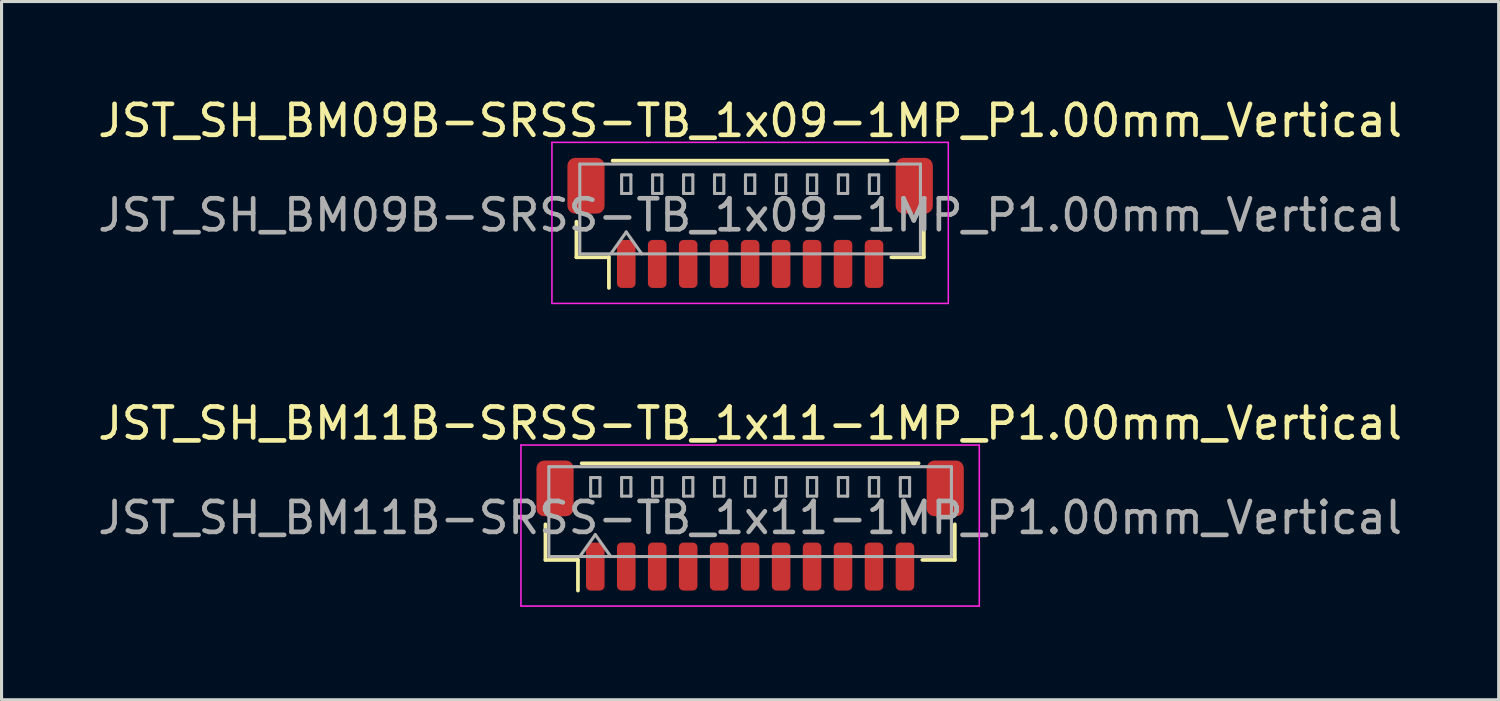
<source format=kicad_pcb>
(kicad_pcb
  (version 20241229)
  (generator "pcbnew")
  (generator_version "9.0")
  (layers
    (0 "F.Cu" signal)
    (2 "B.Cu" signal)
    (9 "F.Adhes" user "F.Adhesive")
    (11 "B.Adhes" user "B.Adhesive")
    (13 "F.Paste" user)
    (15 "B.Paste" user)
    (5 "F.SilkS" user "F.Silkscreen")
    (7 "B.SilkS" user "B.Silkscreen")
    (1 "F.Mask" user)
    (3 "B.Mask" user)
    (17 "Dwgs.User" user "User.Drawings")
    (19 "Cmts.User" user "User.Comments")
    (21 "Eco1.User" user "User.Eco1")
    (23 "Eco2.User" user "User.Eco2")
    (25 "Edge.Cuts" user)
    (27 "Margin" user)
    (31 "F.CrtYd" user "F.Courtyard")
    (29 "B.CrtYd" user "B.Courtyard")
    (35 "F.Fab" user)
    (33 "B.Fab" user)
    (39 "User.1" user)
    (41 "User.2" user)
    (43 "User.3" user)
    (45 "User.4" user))
  (footprint "JST_SH_BM09B-SRSS-TB_1x09-1MP_P1.00mm_Vertical"
    (layer "F.Cu")
    (at 21.173 4.148)
    (property "Reference" "JST_SH_BM09B-SRSS-TB_1x09-1MP_P1.00mm_Vertical" (at 0 -3.3 0) (layer "F.SilkS") (effects (font (size 1 1) (thickness 0.15))))
    (attr smd)
    (fp_line (start -5.61 -0.04) (end -5.61 1.11) (stroke (width 0.12) (type solid)) (layer "F.SilkS"))
    (fp_line (start -5.61 1.11) (end -4.56 1.11) (stroke (width 0.12) (type solid)) (layer "F.SilkS"))
    (fp_line (start -4.56 1.11) (end -4.56 2.1) (stroke (width 0.12) (type solid)) (layer "F.SilkS"))
    (fp_line (start -4.44 -2.01) (end 4.44 -2.01) (stroke (width 0.12) (type solid)) (layer "F.SilkS"))
    (fp_line (start 5.61 -0.04) (end 5.61 1.11) (stroke (width 0.12) (type solid)) (layer "F.SilkS"))
    (fp_line (start 5.61 1.11) (end 4.56 1.11) (stroke (width 0.12) (type solid)) (layer "F.SilkS"))
    (fp_line (start -6.4 -2.6) (end -6.4 2.6) (stroke (width 0.05) (type solid)) (layer "F.CrtYd"))
    (fp_line (start -6.4 2.6) (end 6.4 2.6) (stroke (width 0.05) (type solid)) (layer "F.CrtYd"))
    (fp_line (start 6.4 -2.6) (end -6.4 -2.6) (stroke (width 0.05) (type solid)) (layer "F.CrtYd"))
    (fp_line (start 6.4 2.6) (end 6.4 -2.6) (stroke (width 0.05) (type solid)) (layer "F.CrtYd"))
    (fp_line (start -5.5 -1.9) (end 5.5 -1.9) (stroke (width 0.1) (type solid)) (layer "F.Fab"))
    (fp_line (start -5.5 1) (end -5.5 -1.9) (stroke (width 0.1) (type solid)) (layer "F.Fab"))
    (fp_line (start -5.5 1) (end 5.5 1) (stroke (width 0.1) (type solid)) (layer "F.Fab"))
    (fp_line (start -4.5 1) (end -4 0.293) (stroke (width 0.1) (type solid)) (layer "F.Fab"))
    (fp_line (start -4.15 -1.55) (end -4.15 -0.95) (stroke (width 0.1) (type solid)) (layer "F.Fab"))
    (fp_line (start -4.15 -0.95) (end -3.85 -0.95) (stroke (width 0.1) (type solid)) (layer "F.Fab"))
    (fp_line (start -4 0.293) (end -3.5 1) (stroke (width 0.1) (type solid)) (layer "F.Fab"))
    (fp_line (start -3.85 -1.55) (end -4.15 -1.55) (stroke (width 0.1) (type solid)) (layer "F.Fab"))
    (fp_line (start -3.85 -0.95) (end -3.85 -1.55) (stroke (width 0.1) (type solid)) (layer "F.Fab"))
    (fp_line (start -3.15 -1.55) (end -3.15 -0.95) (stroke (width 0.1) (type solid)) (layer "F.Fab"))
    (fp_line (start -3.15 -0.95) (end -2.85 -0.95) (stroke (width 0.1) (type solid)) (layer "F.Fab"))
    (fp_line (start -2.85 -1.55) (end -3.15 -1.55) (stroke (width 0.1) (type solid)) (layer "F.Fab"))
    (fp_line (start -2.85 -0.95) (end -2.85 -1.55) (stroke (width 0.1) (type solid)) (layer "F.Fab"))
    (fp_line (start -2.15 -1.55) (end -2.15 -0.95) (stroke (width 0.1) (type solid)) (layer "F.Fab"))
    (fp_line (start -2.15 -0.95) (end -1.85 -0.95) (stroke (width 0.1) (type solid)) (layer "F.Fab"))
    (fp_line (start -1.85 -1.55) (end -2.15 -1.55) (stroke (width 0.1) (type solid)) (layer "F.Fab"))
    (fp_line (start -1.85 -0.95) (end -1.85 -1.55) (stroke (width 0.1) (type solid)) (layer "F.Fab"))
    (fp_line (start -1.15 -1.55) (end -1.15 -0.95) (stroke (width 0.1) (type solid)) (layer "F.Fab"))
    (fp_line (start -1.15 -0.95) (end -0.85 -0.95) (stroke (width 0.1) (type solid)) (layer "F.Fab"))
    (fp_line (start -0.85 -1.55) (end -1.15 -1.55) (stroke (width 0.1) (type solid)) (layer "F.Fab"))
    (fp_line (start -0.85 -0.95) (end -0.85 -1.55) (stroke (width 0.1) (type solid)) (layer "F.Fab"))
    (fp_line (start -0.15 -1.55) (end -0.15 -0.95) (stroke (width 0.1) (type solid)) (layer "F.Fab"))
    (fp_line (start -0.15 -0.95) (end 0.15 -0.95) (stroke (width 0.1) (type solid)) (layer "F.Fab"))
    (fp_line (start 0.15 -1.55) (end -0.15 -1.55) (stroke (width 0.1) (type solid)) (layer "F.Fab"))
    (fp_line (start 0.15 -0.95) (end 0.15 -1.55) (stroke (width 0.1) (type solid)) (layer "F.Fab"))
    (fp_line (start 0.85 -1.55) (end 0.85 -0.95) (stroke (width 0.1) (type solid)) (layer "F.Fab"))
    (fp_line (start 0.85 -0.95) (end 1.15 -0.95) (stroke (width 0.1) (type solid)) (layer "F.Fab"))
    (fp_line (start 1.15 -1.55) (end 0.85 -1.55) (stroke (width 0.1) (type solid)) (layer "F.Fab"))
    (fp_line (start 1.15 -0.95) (end 1.15 -1.55) (stroke (width 0.1) (type solid)) (layer "F.Fab"))
    (fp_line (start 1.85 -1.55) (end 1.85 -0.95) (stroke (width 0.1) (type solid)) (layer "F.Fab"))
    (fp_line (start 1.85 -0.95) (end 2.15 -0.95) (stroke (width 0.1) (type solid)) (layer "F.Fab"))
    (fp_line (start 2.15 -1.55) (end 1.85 -1.55) (stroke (width 0.1) (type solid)) (layer "F.Fab"))
    (fp_line (start 2.15 -0.95) (end 2.15 -1.55) (stroke (width 0.1) (type solid)) (layer "F.Fab"))
    (fp_line (start 2.85 -1.55) (end 2.85 -0.95) (stroke (width 0.1) (type solid)) (layer "F.Fab"))
    (fp_line (start 2.85 -0.95) (end 3.15 -0.95) (stroke (width 0.1) (type solid)) (layer "F.Fab"))
    (fp_line (start 3.15 -1.55) (end 2.85 -1.55) (stroke (width 0.1) (type solid)) (layer "F.Fab"))
    (fp_line (start 3.15 -0.95) (end 3.15 -1.55) (stroke (width 0.1) (type solid)) (layer "F.Fab"))
    (fp_line (start 3.85 -1.55) (end 3.85 -0.95) (stroke (width 0.1) (type solid)) (layer "F.Fab"))
    (fp_line (start 3.85 -0.95) (end 4.15 -0.95) (stroke (width 0.1) (type solid)) (layer "F.Fab"))
    (fp_line (start 4.15 -1.55) (end 3.85 -1.55) (stroke (width 0.1) (type solid)) (layer "F.Fab"))
    (fp_line (start 4.15 -0.95) (end 4.15 -1.55) (stroke (width 0.1) (type solid)) (layer "F.Fab"))
    (fp_line (start 5.5 1) (end 5.5 -1.9) (stroke (width 0.1) (type solid)) (layer "F.Fab"))
    (fp_text user "${REFERENCE}" (at 0 -0.25 0) (layer "F.Fab") (effects (font (size 1 1) (thickness 0.15))))
    (pad "1" smd roundrect (at -4 1.325) (size 0.6 1.55) (layers "F.Cu" "F.Mask" "F.Paste") (roundrect_rratio 0.25))
    (pad "2" smd roundrect (at -3 1.325) (size 0.6 1.55) (layers "F.Cu" "F.Mask" "F.Paste") (roundrect_rratio 0.25))
    (pad "3" smd roundrect (at -2 1.325) (size 0.6 1.55) (layers "F.Cu" "F.Mask" "F.Paste") (roundrect_rratio 0.25))
    (pad "4" smd roundrect (at -1 1.325) (size 0.6 1.55) (layers "F.Cu" "F.Mask" "F.Paste") (roundrect_rratio 0.25))
    (pad "5" smd roundrect (at 0 1.325) (size 0.6 1.55) (layers "F.Cu" "F.Mask" "F.Paste") (roundrect_rratio 0.25))
    (pad "6" smd roundrect (at 1 1.325) (size 0.6 1.55) (layers "F.Cu" "F.Mask" "F.Paste") (roundrect_rratio 0.25))
    (pad "7" smd roundrect (at 2 1.325) (size 0.6 1.55) (layers "F.Cu" "F.Mask" "F.Paste") (roundrect_rratio 0.25))
    (pad "8" smd roundrect (at 3 1.325) (size 0.6 1.55) (layers "F.Cu" "F.Mask" "F.Paste") (roundrect_rratio 0.25))
    (pad "9" smd roundrect (at 4 1.325) (size 0.6 1.55) (layers "F.Cu" "F.Mask" "F.Paste") (roundrect_rratio 0.25))
    (pad "MP" smd roundrect (at -5.3 -1.2) (size 1.2 1.8) (layers "F.Cu" "F.Mask" "F.Paste") (roundrect_rratio 0.208))
    (pad "MP" smd roundrect (at 5.3 -1.2) (size 1.2 1.8) (layers "F.Cu" "F.Mask" "F.Paste") (roundrect_rratio 0.208)))
  (footprint "JST_SH_BM11B-SRSS-TB_1x11-1MP_P1.00mm_Vertical"
    (layer "F.Cu")
    (at 21.173 13.921)
    (property "Reference" "JST_SH_BM11B-SRSS-TB_1x11-1MP_P1.00mm_Vertical" (at 0 -3.3 0) (layer "F.SilkS") (effects (font (size 1 1) (thickness 0.15))))
    (attr smd)
    (fp_line (start -6.61 -0.04) (end -6.61 1.11) (stroke (width 0.12) (type solid)) (layer "F.SilkS"))
    (fp_line (start -6.61 1.11) (end -5.56 1.11) (stroke (width 0.12) (type solid)) (layer "F.SilkS"))
    (fp_line (start -5.56 1.11) (end -5.56 2.1) (stroke (width 0.12) (type solid)) (layer "F.SilkS"))
    (fp_line (start -5.44 -2.01) (end 5.44 -2.01) (stroke (width 0.12) (type solid)) (layer "F.SilkS"))
    (fp_line (start 6.61 -0.04) (end 6.61 1.11) (stroke (width 0.12) (type solid)) (layer "F.SilkS"))
    (fp_line (start 6.61 1.11) (end 5.56 1.11) (stroke (width 0.12) (type solid)) (layer "F.SilkS"))
    (fp_line (start -7.4 -2.6) (end -7.4 2.6) (stroke (width 0.05) (type solid)) (layer "F.CrtYd"))
    (fp_line (start -7.4 2.6) (end 7.4 2.6) (stroke (width 0.05) (type solid)) (layer "F.CrtYd"))
    (fp_line (start 7.4 -2.6) (end -7.4 -2.6) (stroke (width 0.05) (type solid)) (layer "F.CrtYd"))
    (fp_line (start 7.4 2.6) (end 7.4 -2.6) (stroke (width 0.05) (type solid)) (layer "F.CrtYd"))
    (fp_line (start -6.5 -1.9) (end 6.5 -1.9) (stroke (width 0.1) (type solid)) (layer "F.Fab"))
    (fp_line (start -6.5 1) (end -6.5 -1.9) (stroke (width 0.1) (type solid)) (layer "F.Fab"))
    (fp_line (start -6.5 1) (end 6.5 1) (stroke (width 0.1) (type solid)) (layer "F.Fab"))
    (fp_line (start -5.5 1) (end -5 0.293) (stroke (width 0.1) (type solid)) (layer "F.Fab"))
    (fp_line (start -5.15 -1.55) (end -5.15 -0.95) (stroke (width 0.1) (type solid)) (layer "F.Fab"))
    (fp_line (start -5.15 -0.95) (end -4.85 -0.95) (stroke (width 0.1) (type solid)) (layer "F.Fab"))
    (fp_line (start -5 0.293) (end -4.5 1) (stroke (width 0.1) (type solid)) (layer "F.Fab"))
    (fp_line (start -4.85 -1.55) (end -5.15 -1.55) (stroke (width 0.1) (type solid)) (layer "F.Fab"))
    (fp_line (start -4.85 -0.95) (end -4.85 -1.55) (stroke (width 0.1) (type solid)) (layer "F.Fab"))
    (fp_line (start -4.15 -1.55) (end -4.15 -0.95) (stroke (width 0.1) (type solid)) (layer "F.Fab"))
    (fp_line (start -4.15 -0.95) (end -3.85 -0.95) (stroke (width 0.1) (type solid)) (layer "F.Fab"))
    (fp_line (start -3.85 -1.55) (end -4.15 -1.55) (stroke (width 0.1) (type solid)) (layer "F.Fab"))
    (fp_line (start -3.85 -0.95) (end -3.85 -1.55) (stroke (width 0.1) (type solid)) (layer "F.Fab"))
    (fp_line (start -3.15 -1.55) (end -3.15 -0.95) (stroke (width 0.1) (type solid)) (layer "F.Fab"))
    (fp_line (start -3.15 -0.95) (end -2.85 -0.95) (stroke (width 0.1) (type solid)) (layer "F.Fab"))
    (fp_line (start -2.85 -1.55) (end -3.15 -1.55) (stroke (width 0.1) (type solid)) (layer "F.Fab"))
    (fp_line (start -2.85 -0.95) (end -2.85 -1.55) (stroke (width 0.1) (type solid)) (layer "F.Fab"))
    (fp_line (start -2.15 -1.55) (end -2.15 -0.95) (stroke (width 0.1) (type solid)) (layer "F.Fab"))
    (fp_line (start -2.15 -0.95) (end -1.85 -0.95) (stroke (width 0.1) (type solid)) (layer "F.Fab"))
    (fp_line (start -1.85 -1.55) (end -2.15 -1.55) (stroke (width 0.1) (type solid)) (layer "F.Fab"))
    (fp_line (start -1.85 -0.95) (end -1.85 -1.55) (stroke (width 0.1) (type solid)) (layer "F.Fab"))
    (fp_line (start -1.15 -1.55) (end -1.15 -0.95) (stroke (width 0.1) (type solid)) (layer "F.Fab"))
    (fp_line (start -1.15 -0.95) (end -0.85 -0.95) (stroke (width 0.1) (type solid)) (layer "F.Fab"))
    (fp_line (start -0.85 -1.55) (end -1.15 -1.55) (stroke (width 0.1) (type solid)) (layer "F.Fab"))
    (fp_line (start -0.85 -0.95) (end -0.85 -1.55) (stroke (width 0.1) (type solid)) (layer "F.Fab"))
    (fp_line (start -0.15 -1.55) (end -0.15 -0.95) (stroke (width 0.1) (type solid)) (layer "F.Fab"))
    (fp_line (start -0.15 -0.95) (end 0.15 -0.95) (stroke (width 0.1) (type solid)) (layer "F.Fab"))
    (fp_line (start 0.15 -1.55) (end -0.15 -1.55) (stroke (width 0.1) (type solid)) (layer "F.Fab"))
    (fp_line (start 0.15 -0.95) (end 0.15 -1.55) (stroke (width 0.1) (type solid)) (layer "F.Fab"))
    (fp_line (start 0.85 -1.55) (end 0.85 -0.95) (stroke (width 0.1) (type solid)) (layer "F.Fab"))
    (fp_line (start 0.85 -0.95) (end 1.15 -0.95) (stroke (width 0.1) (type solid)) (layer "F.Fab"))
    (fp_line (start 1.15 -1.55) (end 0.85 -1.55) (stroke (width 0.1) (type solid)) (layer "F.Fab"))
    (fp_line (start 1.15 -0.95) (end 1.15 -1.55) (stroke (width 0.1) (type solid)) (layer "F.Fab"))
    (fp_line (start 1.85 -1.55) (end 1.85 -0.95) (stroke (width 0.1) (type solid)) (layer "F.Fab"))
    (fp_line (start 1.85 -0.95) (end 2.15 -0.95) (stroke (width 0.1) (type solid)) (layer "F.Fab"))
    (fp_line (start 2.15 -1.55) (end 1.85 -1.55) (stroke (width 0.1) (type solid)) (layer "F.Fab"))
    (fp_line (start 2.15 -0.95) (end 2.15 -1.55) (stroke (width 0.1) (type solid)) (layer "F.Fab"))
    (fp_line (start 2.85 -1.55) (end 2.85 -0.95) (stroke (width 0.1) (type solid)) (layer "F.Fab"))
    (fp_line (start 2.85 -0.95) (end 3.15 -0.95) (stroke (width 0.1) (type solid)) (layer "F.Fab"))
    (fp_line (start 3.15 -1.55) (end 2.85 -1.55) (stroke (width 0.1) (type solid)) (layer "F.Fab"))
    (fp_line (start 3.15 -0.95) (end 3.15 -1.55) (stroke (width 0.1) (type solid)) (layer "F.Fab"))
    (fp_line (start 3.85 -1.55) (end 3.85 -0.95) (stroke (width 0.1) (type solid)) (layer "F.Fab"))
    (fp_line (start 3.85 -0.95) (end 4.15 -0.95) (stroke (width 0.1) (type solid)) (layer "F.Fab"))
    (fp_line (start 4.15 -1.55) (end 3.85 -1.55) (stroke (width 0.1) (type solid)) (layer "F.Fab"))
    (fp_line (start 4.15 -0.95) (end 4.15 -1.55) (stroke (width 0.1) (type solid)) (layer "F.Fab"))
    (fp_line (start 4.85 -1.55) (end 4.85 -0.95) (stroke (width 0.1) (type solid)) (layer "F.Fab"))
    (fp_line (start 4.85 -0.95) (end 5.15 -0.95) (stroke (width 0.1) (type solid)) (layer "F.Fab"))
    (fp_line (start 5.15 -1.55) (end 4.85 -1.55) (stroke (width 0.1) (type solid)) (layer "F.Fab"))
    (fp_line (start 5.15 -0.95) (end 5.15 -1.55) (stroke (width 0.1) (type solid)) (layer "F.Fab"))
    (fp_line (start 6.5 1) (end 6.5 -1.9) (stroke (width 0.1) (type solid)) (layer "F.Fab"))
    (fp_text user "${REFERENCE}" (at 0 -0.25 0) (layer "F.Fab") (effects (font (size 1 1) (thickness 0.15))))
    (pad "1" smd roundrect (at -5 1.325) (size 0.6 1.55) (layers "F.Cu" "F.Mask" "F.Paste") (roundrect_rratio 0.25))
    (pad "2" smd roundrect (at -4 1.325) (size 0.6 1.55) (layers "F.Cu" "F.Mask" "F.Paste") (roundrect_rratio 0.25))
    (pad "3" smd roundrect (at -3 1.325) (size 0.6 1.55) (layers "F.Cu" "F.Mask" "F.Paste") (roundrect_rratio 0.25))
    (pad "4" smd roundrect (at -2 1.325) (size 0.6 1.55) (layers "F.Cu" "F.Mask" "F.Paste") (roundrect_rratio 0.25))
    (pad "5" smd roundrect (at -1 1.325) (size 0.6 1.55) (layers "F.Cu" "F.Mask" "F.Paste") (roundrect_rratio 0.25))
    (pad "6" smd roundrect (at 0 1.325) (size 0.6 1.55) (layers "F.Cu" "F.Mask" "F.Paste") (roundrect_rratio 0.25))
    (pad "7" smd roundrect (at 1 1.325) (size 0.6 1.55) (layers "F.Cu" "F.Mask" "F.Paste") (roundrect_rratio 0.25))
    (pad "8" smd roundrect (at 2 1.325) (size 0.6 1.55) (layers "F.Cu" "F.Mask" "F.Paste") (roundrect_rratio 0.25))
    (pad "9" smd roundrect (at 3 1.325) (size 0.6 1.55) (layers "F.Cu" "F.Mask" "F.Paste") (roundrect_rratio 0.25))
    (pad "10" smd roundrect (at 4 1.325) (size 0.6 1.55) (layers "F.Cu" "F.Mask" "F.Paste") (roundrect_rratio 0.25))
    (pad "11" smd roundrect (at 5 1.325) (size 0.6 1.55) (layers "F.Cu" "F.Mask" "F.Paste") (roundrect_rratio 0.25))
    (pad "MP" smd roundrect (at -6.3 -1.2) (size 1.2 1.8) (layers "F.Cu" "F.Mask" "F.Paste") (roundrect_rratio 0.208))
    (pad "MP" smd roundrect (at 6.3 -1.2) (size 1.2 1.8) (layers "F.Cu" "F.Mask" "F.Paste") (roundrect_rratio 0.208)))
  (gr_rect
    (start -3 -3)
    (end 45.345 19.547)
    (stroke (width 0.1) (type default))
    (fill no)
    (layer "Edge.Cuts")))
</source>
